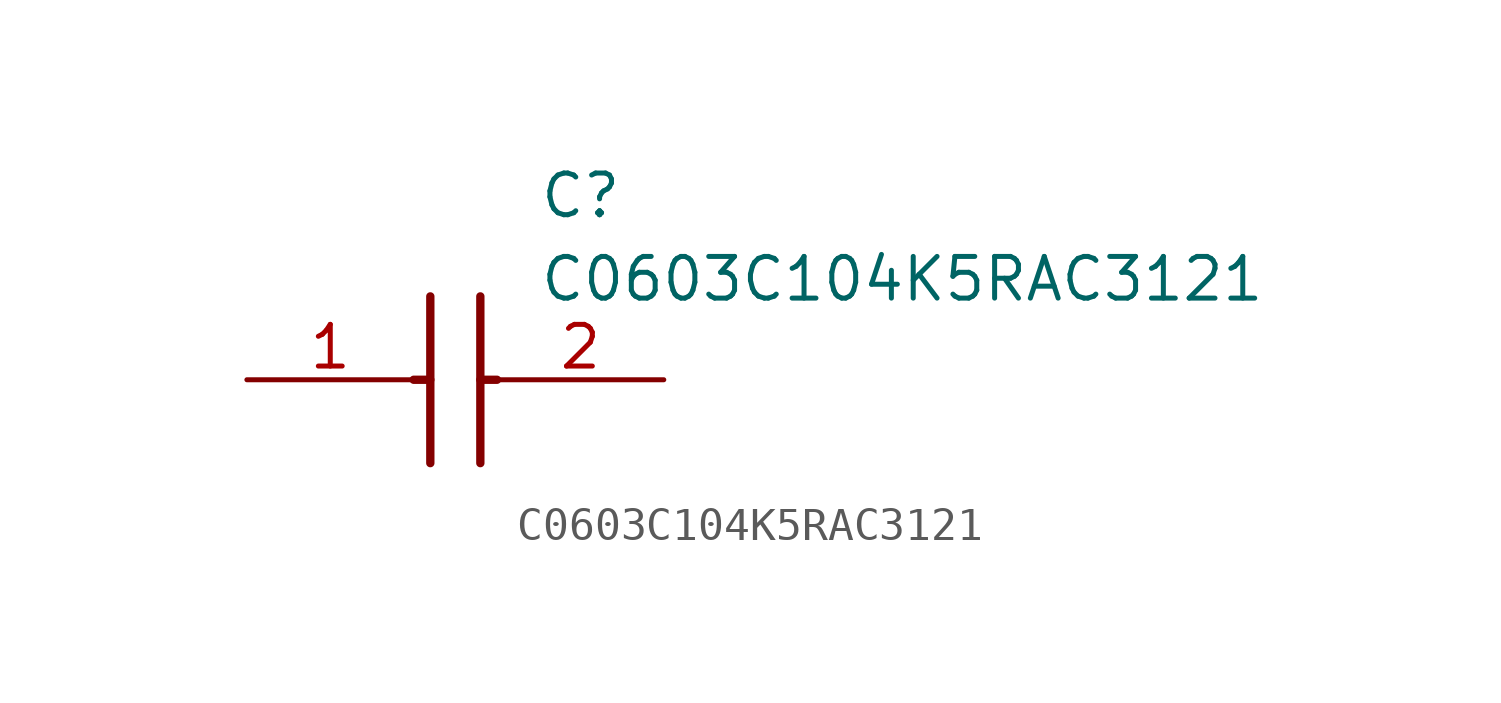
<source format=kicad_sym>
(kicad_symbol_lib
  (version 20211014)
  (generator SamacSys_ECAD_Model)
  (symbol "C0603C104K5RAC3121"
    (pin_names hide)
    (property "Reference" "C"
      (at 8.89 6.35 0)
      (effects (font (size 1.27 1.27)) (justify left top)))
    (property "Value" "C0603C104K5RAC3121"
      (at 8.89 3.81 0)
      (effects (font (size 1.27 1.27)) (justify left top)))
    (polyline
      (pts (xy 5.588 2.54) (xy 5.588 -2.54))
      (stroke (width 0.254) (type default))
      (fill (type none)))
    (polyline
      (pts (xy 7.112 2.54) (xy 7.112 -2.54))
      (stroke (width 0.254) (type default))
      (fill (type none)))
    (polyline
      (pts (xy 5.08 0) (xy 5.588 0))
      (stroke (width 0.254) (type default))
      (fill (type none)))
    (polyline
      (pts (xy 7.112 0) (xy 7.62 0))
      (stroke (width 0.254) (type default))
      (fill (type none)))
    (pin passive line
      (at 0 0 0)
      (length 5.08)
      (name "1" (effects (font (size 1.27 1.27))))
      (number "1" (effects (font (size 1.27 1.27)))))
    (pin passive line
      (at 12.7 0 180)
      (length 5.08)
      (name "2" (effects (font (size 1.27 1.27))))
      (number "2" (effects (font (size 1.27 1.27)))))))
</source>
